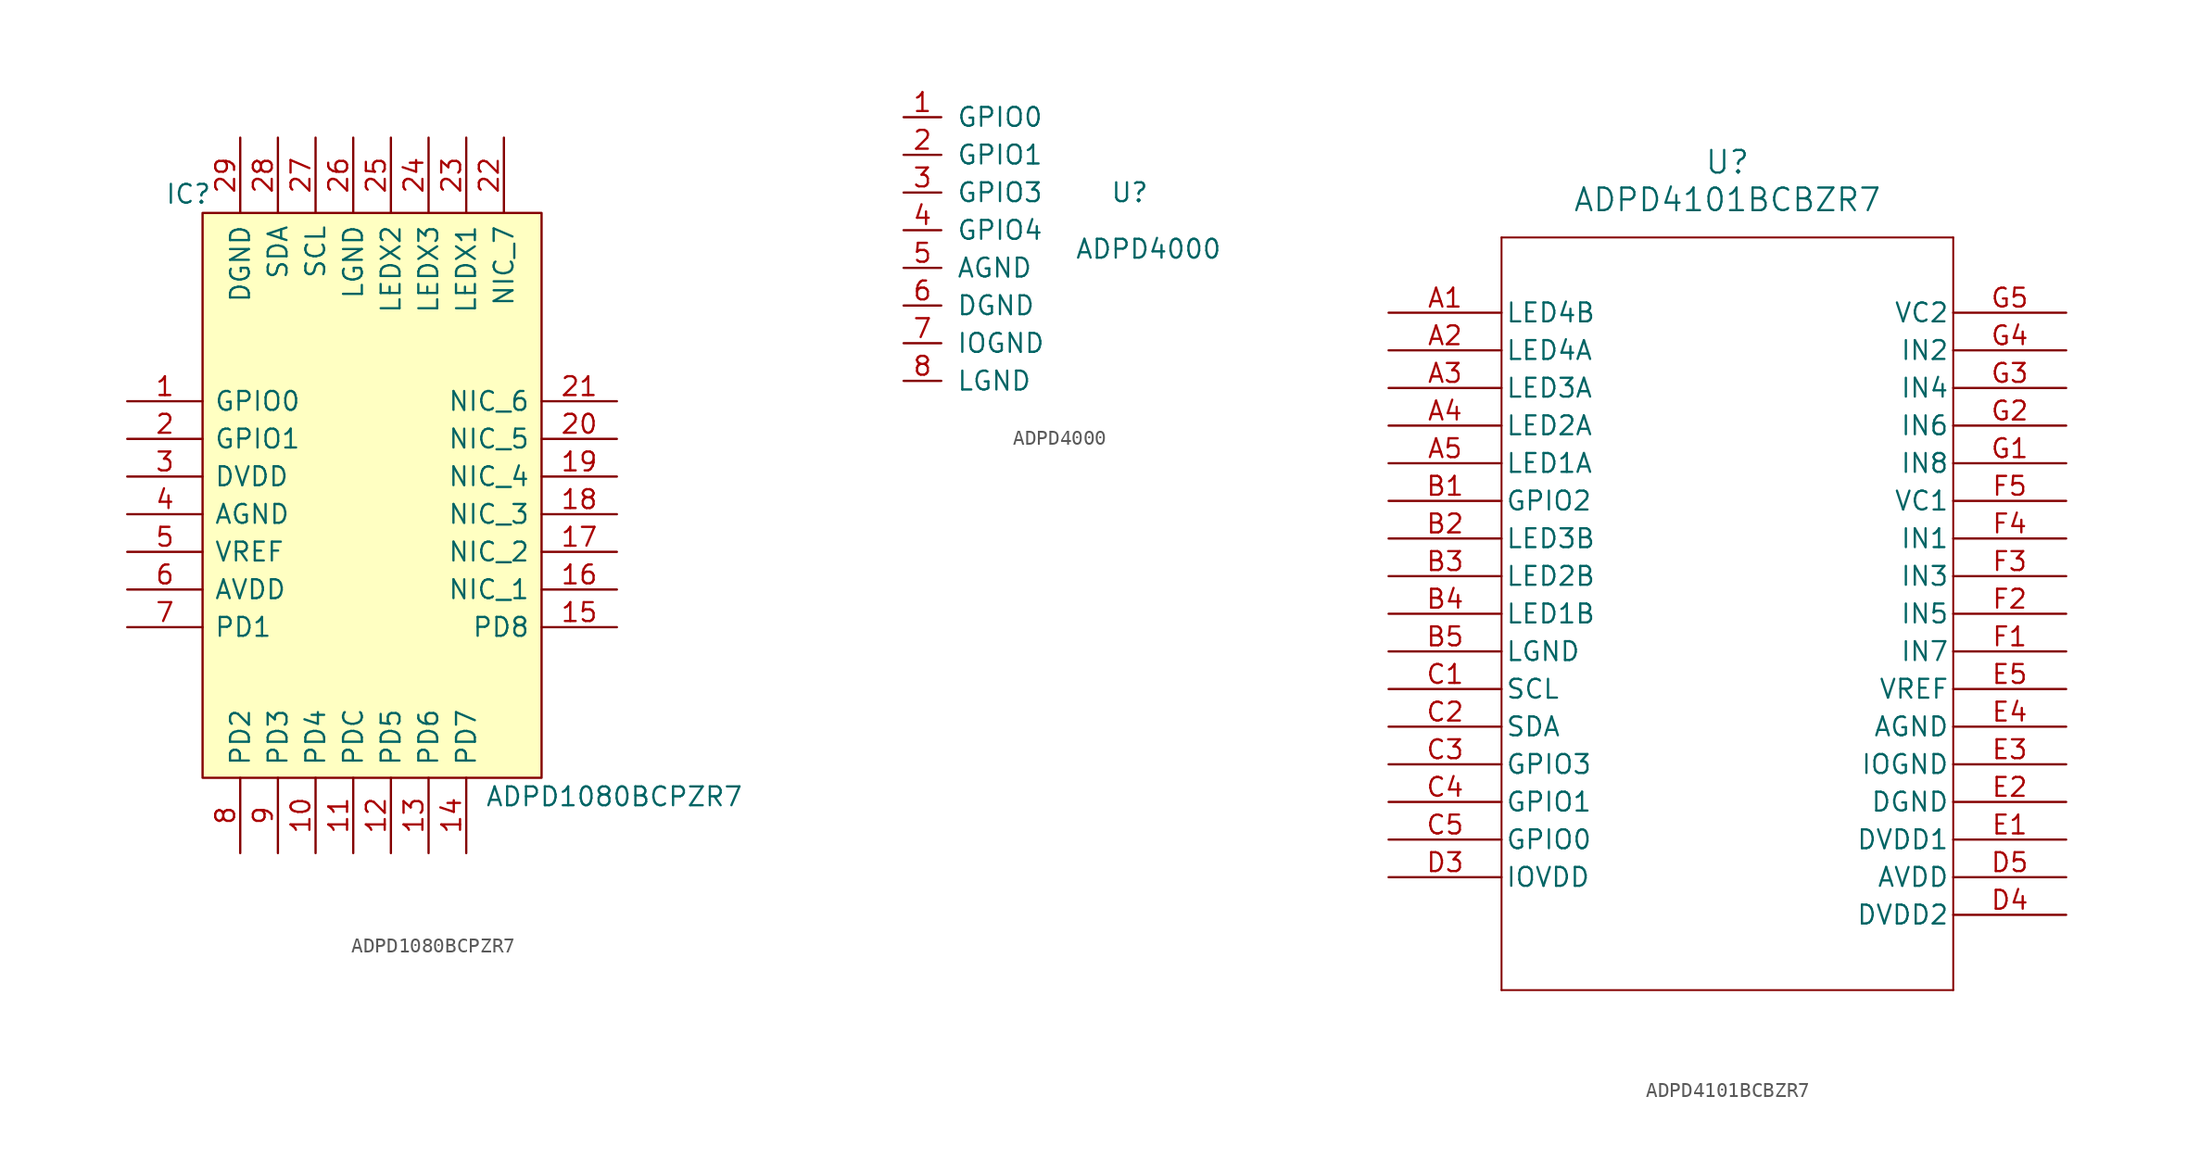
<source format=kicad_sym>
(kicad_symbol_lib
  (version 20231120)
  (generator "kicad_symbol_editor")
  (generator_version "8.0")
  (symbol "ADPD1080BCPZR7"
    (pin_names
      (offset 0.762))
    (property "Reference" "IC"
      (at -13.97 19.05 0)
      (effects (font (size 1.27 1.27)) (justify left)))
    (property "Value" "ADPD1080BCPZR7"
      (at 7.62 -21.59 0)
      (effects (font (size 1.27 1.27)) (justify left)))
    (symbol "ADPD1080BCPZR7_0_0"
      (pin input line (at -16.51 5.08 0) (length 5.08) (name "GPIO0" (effects (font (size 1.27 1.27)))) (number "1" (effects (font (size 1.27 1.27)))))
      (pin input line (at -3.81 -25.4 90) (length 5.08) (name "PD4" (effects (font (size 1.27 1.27)))) (number "10" (effects (font (size 1.27 1.27)))))
      (pin input line (at -1.27 -25.4 90) (length 5.08) (name "PDC" (effects (font (size 1.27 1.27)))) (number "11" (effects (font (size 1.27 1.27)))))
      (pin input line (at 1.27 -25.4 90) (length 5.08) (name "PD5" (effects (font (size 1.27 1.27)))) (number "12" (effects (font (size 1.27 1.27)))))
      (pin input line (at 3.81 -25.4 90) (length 5.08) (name "PD6" (effects (font (size 1.27 1.27)))) (number "13" (effects (font (size 1.27 1.27)))))
      (pin input line (at 6.35 -25.4 90) (length 5.08) (name "PD7" (effects (font (size 1.27 1.27)))) (number "14" (effects (font (size 1.27 1.27)))))
      (pin input line (at 16.51 -10.16 180) (length 5.08) (name "PD8" (effects (font (size 1.27 1.27)))) (number "15" (effects (font (size 1.27 1.27)))))
      (pin power_in line (at 16.51 -7.62 180) (length 5.08) (name "NIC_1" (effects (font (size 1.27 1.27)))) (number "16" (effects (font (size 1.27 1.27)))))
      (pin power_in line (at 16.51 -5.08 180) (length 5.08) (name "NIC_2" (effects (font (size 1.27 1.27)))) (number "17" (effects (font (size 1.27 1.27)))))
      (pin power_in line (at 16.51 -2.54 180) (length 5.08) (name "NIC_3" (effects (font (size 1.27 1.27)))) (number "18" (effects (font (size 1.27 1.27)))))
      (pin power_in line (at 16.51 0 180) (length 5.08) (name "NIC_4" (effects (font (size 1.27 1.27)))) (number "19" (effects (font (size 1.27 1.27)))))
      (pin input line (at -16.51 2.54 0) (length 5.08) (name "GPIO1" (effects (font (size 1.27 1.27)))) (number "2" (effects (font (size 1.27 1.27)))))
      (pin power_in line (at 16.51 2.54 180) (length 5.08) (name "NIC_5" (effects (font (size 1.27 1.27)))) (number "20" (effects (font (size 1.27 1.27)))))
      (pin power_in line (at 16.51 5.08 180) (length 5.08) (name "NIC_6" (effects (font (size 1.27 1.27)))) (number "21" (effects (font (size 1.27 1.27)))))
      (pin power_in line (at 8.89 22.86 270) (length 5.08) (name "NIC_7" (effects (font (size 1.27 1.27)))) (number "22" (effects (font (size 1.27 1.27)))))
      (pin power_out line (at 6.35 22.86 270) (length 5.08) (name "LEDX1" (effects (font (size 1.27 1.27)))) (number "23" (effects (font (size 1.27 1.27)))))
      (pin power_out line (at 3.81 22.86 270) (length 5.08) (name "LEDX3" (effects (font (size 1.27 1.27)))) (number "24" (effects (font (size 1.27 1.27)))))
      (pin power_out line (at 1.27 22.86 270) (length 5.08) (name "LEDX2" (effects (font (size 1.27 1.27)))) (number "25" (effects (font (size 1.27 1.27)))))
      (pin power_in line (at -1.27 22.86 270) (length 5.08) (name "LGND" (effects (font (size 1.27 1.27)))) (number "26" (effects (font (size 1.27 1.27)))))
      (pin input line (at -3.81 22.86 270) (length 5.08) (name "SCL" (effects (font (size 1.27 1.27)))) (number "27" (effects (font (size 1.27 1.27)))))
      (pin bidirectional line (at -6.35 22.86 270) (length 5.08) (name "SDA" (effects (font (size 1.27 1.27)))) (number "28" (effects (font (size 1.27 1.27)))))
      (pin power_in line (at -8.89 22.86 270) (length 5.08) (name "DGND" (effects (font (size 1.27 1.27)))) (number "29" (effects (font (size 1.27 1.27)))))
      (pin power_in line (at -16.51 0 0) (length 5.08) (name "DVDD" (effects (font (size 1.27 1.27)))) (number "3" (effects (font (size 1.27 1.27)))))
      (pin power_in line (at -16.51 -2.54 0) (length 5.08) (name "AGND" (effects (font (size 1.27 1.27)))) (number "4" (effects (font (size 1.27 1.27)))))
      (pin power_in line (at -16.51 -5.08 0) (length 5.08) (name "VREF" (effects (font (size 1.27 1.27)))) (number "5" (effects (font (size 1.27 1.27)))))
      (pin power_in line (at -16.51 -7.62 0) (length 5.08) (name "AVDD" (effects (font (size 1.27 1.27)))) (number "6" (effects (font (size 1.27 1.27)))))
      (pin input line (at -16.51 -10.16 0) (length 5.08) (name "PD1" (effects (font (size 1.27 1.27)))) (number "7" (effects (font (size 1.27 1.27)))))
      (pin input line (at -8.89 -25.4 90) (length 5.08) (name "PD2" (effects (font (size 1.27 1.27)))) (number "8" (effects (font (size 1.27 1.27)))))
      (pin input line (at -6.35 -25.4 90) (length 5.08) (name "PD3" (effects (font (size 1.27 1.27)))) (number "9" (effects (font (size 1.27 1.27))))))
    (symbol "ADPD1080BCPZR7_0_1"
      (polyline (pts (xy -11.43 17.78) (xy 11.43 17.78) (xy 11.43 -20.32) (xy -11.43 -20.32) (xy -11.43 17.78)) (stroke (width 0.152) (type solid)) (fill (type background)))))
  (symbol "ADPD4000"
    (pin_names
      (offset 1.016))
    (property "Reference" "U"
      (at -1.27 3.81 0)
      (effects (font (size 1.27 1.27))))
    (property "Value" "ADPD4000"
      (at 0 0 0)
      (effects (font (size 1.27 1.27))))
    (symbol "ADPD4000_1_1"
      (pin input line (at -16.51 8.89 0) (length 2.54) (name "GPIO0" (effects (font (size 1.27 1.27)))) (number "1" (effects (font (size 1.27 1.27)))))
      (pin input line (at -16.51 6.35 0) (length 2.54) (name "GPIO1" (effects (font (size 1.27 1.27)))) (number "2" (effects (font (size 1.27 1.27)))))
      (pin input line (at -16.51 3.81 0) (length 2.54) (name "GPIO3" (effects (font (size 1.27 1.27)))) (number "3" (effects (font (size 1.27 1.27)))))
      (pin input line (at -16.51 1.27 0) (length 2.54) (name "GPIO4" (effects (font (size 1.27 1.27)))) (number "4" (effects (font (size 1.27 1.27)))))
      (pin input line (at -16.51 -1.27 0) (length 2.54) (name "AGND" (effects (font (size 1.27 1.27)))) (number "5" (effects (font (size 1.27 1.27)))))
      (pin input line (at -16.51 -3.81 0) (length 2.54) (name "DGND" (effects (font (size 1.27 1.27)))) (number "6" (effects (font (size 1.27 1.27)))))
      (pin input line (at -16.51 -6.35 0) (length 2.54) (name "IOGND" (effects (font (size 1.27 1.27)))) (number "7" (effects (font (size 1.27 1.27)))))
      (pin input line (at -16.51 -8.89 0) (length 2.54) (name "LGND" (effects (font (size 1.27 1.27)))) (number "8" (effects (font (size 1.27 1.27)))))))
  (symbol "ADPD4101BCBZR7"
    (pin_names
      (offset 0.254))
    (property "Reference" "U"
      (at 22.86 10.16 0)
      (effects (font (size 1.524 1.524))))
    (property "Value" "ADPD4101BCBZR7"
      (at 22.86 7.62 0)
      (effects (font (size 1.524 1.524))))
    (property "ki_locked" ""
      (at 0 0 0)
      (effects (font (size 1.27 1.27))))
    (symbol "ADPD4101BCBZR7_1_1"
      (polyline (pts (xy 7.62 -45.72) (xy 38.1 -45.72)) (stroke (width 0.127) (type default)) (fill (type none)))
      (polyline (pts (xy 7.62 5.08) (xy 7.62 -45.72)) (stroke (width 0.127) (type default)) (fill (type none)))
      (polyline (pts (xy 38.1 -45.72) (xy 38.1 5.08)) (stroke (width 0.127) (type default)) (fill (type none)))
      (polyline (pts (xy 38.1 5.08) (xy 7.62 5.08)) (stroke (width 0.127) (type default)) (fill (type none)))
      (pin unspecified line (at 0 0 0) (length 7.62) (name "LED4B" (effects (font (size 1.27 1.27)))) (number "A1" (effects (font (size 1.27 1.27)))))
      (pin unspecified line (at 0 -2.54 0) (length 7.62) (name "LED4A" (effects (font (size 1.27 1.27)))) (number "A2" (effects (font (size 1.27 1.27)))))
      (pin unspecified line (at 0 -5.08 0) (length 7.62) (name "LED3A" (effects (font (size 1.27 1.27)))) (number "A3" (effects (font (size 1.27 1.27)))))
      (pin unspecified line (at 0 -7.62 0) (length 7.62) (name "LED2A" (effects (font (size 1.27 1.27)))) (number "A4" (effects (font (size 1.27 1.27)))))
      (pin unspecified line (at 0 -10.16 0) (length 7.62) (name "LED1A" (effects (font (size 1.27 1.27)))) (number "A5" (effects (font (size 1.27 1.27)))))
      (pin unspecified line (at 0 -12.7 0) (length 7.62) (name "GPIO2" (effects (font (size 1.27 1.27)))) (number "B1" (effects (font (size 1.27 1.27)))))
      (pin unspecified line (at 0 -15.24 0) (length 7.62) (name "LED3B" (effects (font (size 1.27 1.27)))) (number "B2" (effects (font (size 1.27 1.27)))))
      (pin unspecified line (at 0 -17.78 0) (length 7.62) (name "LED2B" (effects (font (size 1.27 1.27)))) (number "B3" (effects (font (size 1.27 1.27)))))
      (pin unspecified line (at 0 -20.32 0) (length 7.62) (name "LED1B" (effects (font (size 1.27 1.27)))) (number "B4" (effects (font (size 1.27 1.27)))))
      (pin power_out line (at 0 -22.86 0) (length 7.62) (name "LGND" (effects (font (size 1.27 1.27)))) (number "B5" (effects (font (size 1.27 1.27)))))
      (pin input line (at 0 -25.4 0) (length 7.62) (name "SCL" (effects (font (size 1.27 1.27)))) (number "C1" (effects (font (size 1.27 1.27)))))
      (pin bidirectional line (at 0 -27.94 0) (length 7.62) (name "SDA" (effects (font (size 1.27 1.27)))) (number "C2" (effects (font (size 1.27 1.27)))))
      (pin bidirectional line (at 0 -30.48 0) (length 7.62) (name "GPIO3" (effects (font (size 1.27 1.27)))) (number "C3" (effects (font (size 1.27 1.27)))))
      (pin bidirectional line (at 0 -33.02 0) (length 7.62) (name "GPIO1" (effects (font (size 1.27 1.27)))) (number "C4" (effects (font (size 1.27 1.27)))))
      (pin bidirectional line (at 0 -35.56 0) (length 7.62) (name "GPIO0" (effects (font (size 1.27 1.27)))) (number "C5" (effects (font (size 1.27 1.27)))))
      (pin power_in line (at 0 -38.1 0) (length 7.62) (name "IOVDD" (effects (font (size 1.27 1.27)))) (number "D3" (effects (font (size 1.27 1.27)))))
      (pin power_in line (at 45.72 -40.64 180) (length 7.62) (name "DVDD2" (effects (font (size 1.27 1.27)))) (number "D4" (effects (font (size 1.27 1.27)))))
      (pin power_in line (at 45.72 -38.1 180) (length 7.62) (name "AVDD" (effects (font (size 1.27 1.27)))) (number "D5" (effects (font (size 1.27 1.27)))))
      (pin power_in line (at 45.72 -35.56 180) (length 7.62) (name "DVDD1" (effects (font (size 1.27 1.27)))) (number "E1" (effects (font (size 1.27 1.27)))))
      (pin power_out line (at 45.72 -33.02 180) (length 7.62) (name "DGND" (effects (font (size 1.27 1.27)))) (number "E2" (effects (font (size 1.27 1.27)))))
      (pin power_out line (at 45.72 -30.48 180) (length 7.62) (name "IOGND" (effects (font (size 1.27 1.27)))) (number "E3" (effects (font (size 1.27 1.27)))))
      (pin power_out line (at 45.72 -27.94 180) (length 7.62) (name "AGND" (effects (font (size 1.27 1.27)))) (number "E4" (effects (font (size 1.27 1.27)))))
      (pin unspecified line (at 45.72 -25.4 180) (length 7.62) (name "VREF" (effects (font (size 1.27 1.27)))) (number "E5" (effects (font (size 1.27 1.27)))))
      (pin input line (at 45.72 -22.86 180) (length 7.62) (name "IN7" (effects (font (size 1.27 1.27)))) (number "F1" (effects (font (size 1.27 1.27)))))
      (pin input line (at 45.72 -20.32 180) (length 7.62) (name "IN5" (effects (font (size 1.27 1.27)))) (number "F2" (effects (font (size 1.27 1.27)))))
      (pin input line (at 45.72 -17.78 180) (length 7.62) (name "IN3" (effects (font (size 1.27 1.27)))) (number "F3" (effects (font (size 1.27 1.27)))))
      (pin input line (at 45.72 -15.24 180) (length 7.62) (name "IN1" (effects (font (size 1.27 1.27)))) (number "F4" (effects (font (size 1.27 1.27)))))
      (pin power_in line (at 45.72 -12.7 180) (length 7.62) (name "VC1" (effects (font (size 1.27 1.27)))) (number "F5" (effects (font (size 1.27 1.27)))))
      (pin input line (at 45.72 -10.16 180) (length 7.62) (name "IN8" (effects (font (size 1.27 1.27)))) (number "G1" (effects (font (size 1.27 1.27)))))
      (pin input line (at 45.72 -7.62 180) (length 7.62) (name "IN6" (effects (font (size 1.27 1.27)))) (number "G2" (effects (font (size 1.27 1.27)))))
      (pin input line (at 45.72 -5.08 180) (length 7.62) (name "IN4" (effects (font (size 1.27 1.27)))) (number "G3" (effects (font (size 1.27 1.27)))))
      (pin input line (at 45.72 -2.54 180) (length 7.62) (name "IN2" (effects (font (size 1.27 1.27)))) (number "G4" (effects (font (size 1.27 1.27)))))
      (pin power_in line (at 45.72 0 180) (length 7.62) (name "VC2" (effects (font (size 1.27 1.27)))) (number "G5" (effects (font (size 1.27 1.27))))))))
</source>
